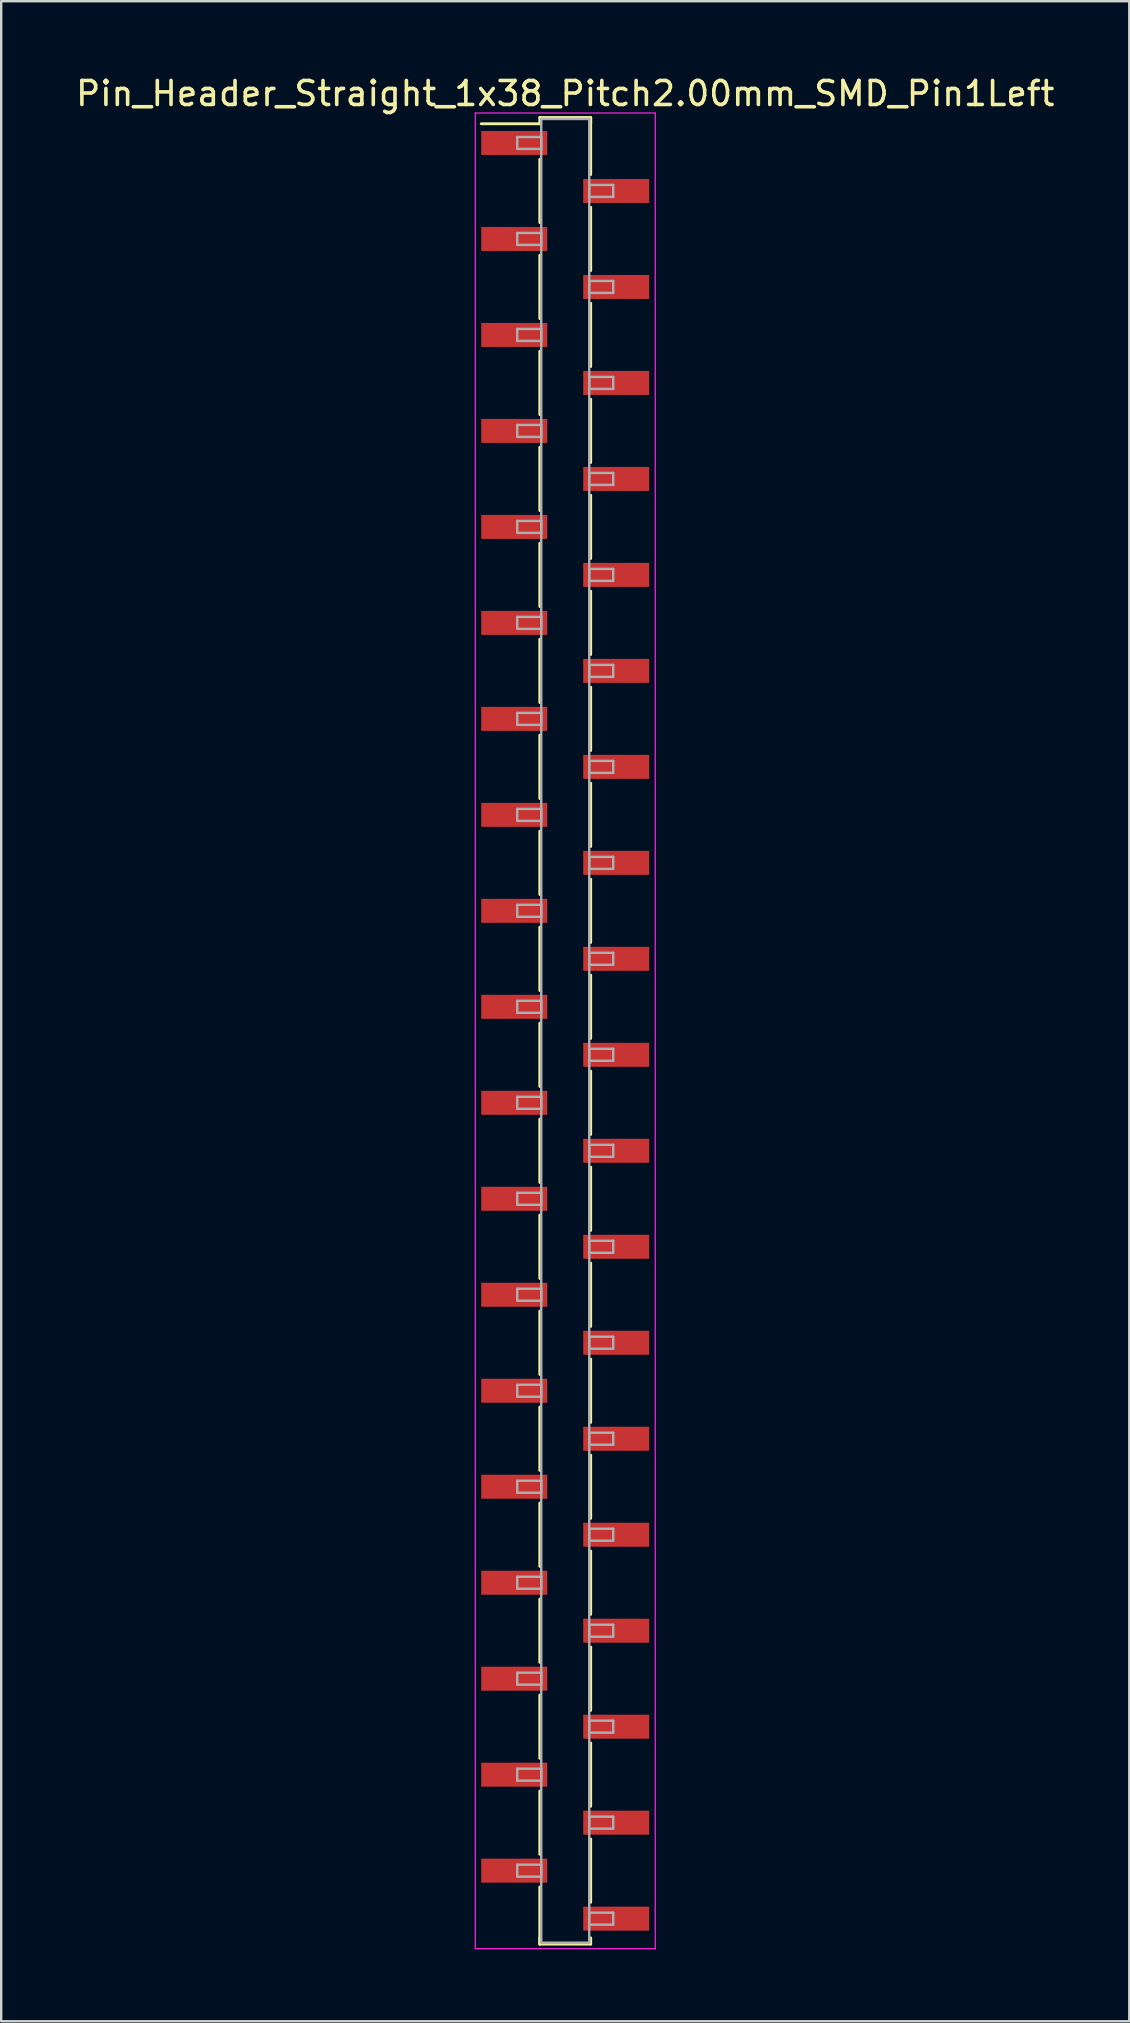
<source format=kicad_pcb>
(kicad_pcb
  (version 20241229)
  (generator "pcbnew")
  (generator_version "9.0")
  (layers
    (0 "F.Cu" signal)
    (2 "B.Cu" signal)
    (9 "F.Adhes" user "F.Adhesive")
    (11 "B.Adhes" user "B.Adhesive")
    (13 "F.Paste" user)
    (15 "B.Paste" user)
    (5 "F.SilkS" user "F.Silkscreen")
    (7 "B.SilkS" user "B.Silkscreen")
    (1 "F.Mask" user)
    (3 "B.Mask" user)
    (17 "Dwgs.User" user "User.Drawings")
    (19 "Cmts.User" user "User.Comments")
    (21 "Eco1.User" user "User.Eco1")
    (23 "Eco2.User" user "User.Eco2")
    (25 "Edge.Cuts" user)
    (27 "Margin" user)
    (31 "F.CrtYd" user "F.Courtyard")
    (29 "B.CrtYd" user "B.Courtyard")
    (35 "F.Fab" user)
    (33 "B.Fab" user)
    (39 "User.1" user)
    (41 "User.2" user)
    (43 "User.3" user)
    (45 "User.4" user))
  (footprint "Pin_Header_Straight_1x38_Pitch2.00mm_SMD_Pin1Left"
    (layer "F.Cu")
    (at 20.506 39.908)
    (property "Reference" "Pin_Header_Straight_1x38_Pitch2.00mm_SMD_Pin1Left" (at 0 -39.06 0) (layer "F.SilkS") (effects (font (size 1 1) (thickness 0.15))))
    (attr smd)
    (fp_line (start -1.06 -38.06) (end 1.06 -38.06) (stroke (width 0.12) (type solid)) (layer "F.SilkS"))
    (fp_line (start -1.06 -37.8) (end -3.5 -37.8) (stroke (width 0.12) (type solid)) (layer "F.SilkS"))
    (fp_line (start -1.06 -37.8) (end -1.06 -38.06) (stroke (width 0.12) (type solid)) (layer "F.SilkS"))
    (fp_line (start -1.06 -36.32) (end -1.06 -33.68) (stroke (width 0.12) (type solid)) (layer "F.SilkS"))
    (fp_line (start -1.06 -32.32) (end -1.06 -29.68) (stroke (width 0.12) (type solid)) (layer "F.SilkS"))
    (fp_line (start -1.06 -28.32) (end -1.06 -25.68) (stroke (width 0.12) (type solid)) (layer "F.SilkS"))
    (fp_line (start -1.06 -24.32) (end -1.06 -21.68) (stroke (width 0.12) (type solid)) (layer "F.SilkS"))
    (fp_line (start -1.06 -20.32) (end -1.06 -17.68) (stroke (width 0.12) (type solid)) (layer "F.SilkS"))
    (fp_line (start -1.06 -16.32) (end -1.06 -13.68) (stroke (width 0.12) (type solid)) (layer "F.SilkS"))
    (fp_line (start -1.06 -12.32) (end -1.06 -9.68) (stroke (width 0.12) (type solid)) (layer "F.SilkS"))
    (fp_line (start -1.06 -8.32) (end -1.06 -5.68) (stroke (width 0.12) (type solid)) (layer "F.SilkS"))
    (fp_line (start -1.06 -4.32) (end -1.06 -1.68) (stroke (width 0.12) (type solid)) (layer "F.SilkS"))
    (fp_line (start -1.06 -0.32) (end -1.06 2.32) (stroke (width 0.12) (type solid)) (layer "F.SilkS"))
    (fp_line (start -1.06 3.68) (end -1.06 6.32) (stroke (width 0.12) (type solid)) (layer "F.SilkS"))
    (fp_line (start -1.06 7.68) (end -1.06 10.32) (stroke (width 0.12) (type solid)) (layer "F.SilkS"))
    (fp_line (start -1.06 11.68) (end -1.06 14.32) (stroke (width 0.12) (type solid)) (layer "F.SilkS"))
    (fp_line (start -1.06 15.68) (end -1.06 18.32) (stroke (width 0.12) (type solid)) (layer "F.SilkS"))
    (fp_line (start -1.06 19.68) (end -1.06 22.32) (stroke (width 0.12) (type solid)) (layer "F.SilkS"))
    (fp_line (start -1.06 23.68) (end -1.06 26.32) (stroke (width 0.12) (type solid)) (layer "F.SilkS"))
    (fp_line (start -1.06 27.68) (end -1.06 30.32) (stroke (width 0.12) (type solid)) (layer "F.SilkS"))
    (fp_line (start -1.06 31.68) (end -1.06 34.32) (stroke (width 0.12) (type solid)) (layer "F.SilkS"))
    (fp_line (start -1.06 35.68) (end -1.06 38.06) (stroke (width 0.12) (type solid)) (layer "F.SilkS"))
    (fp_line (start -1.06 37.8) (end -1.06 38.06) (stroke (width 0.12) (type solid)) (layer "F.SilkS"))
    (fp_line (start -1.06 38.06) (end 1.06 38.06) (stroke (width 0.12) (type solid)) (layer "F.SilkS"))
    (fp_line (start 1.06 -38.06) (end 1.06 -37.8) (stroke (width 0.12) (type solid)) (layer "F.SilkS"))
    (fp_line (start 1.06 -38.06) (end 1.06 -35.68) (stroke (width 0.12) (type solid)) (layer "F.SilkS"))
    (fp_line (start 1.06 -34.32) (end 1.06 -31.68) (stroke (width 0.12) (type solid)) (layer "F.SilkS"))
    (fp_line (start 1.06 -30.32) (end 1.06 -27.68) (stroke (width 0.12) (type solid)) (layer "F.SilkS"))
    (fp_line (start 1.06 -26.32) (end 1.06 -23.68) (stroke (width 0.12) (type solid)) (layer "F.SilkS"))
    (fp_line (start 1.06 -22.32) (end 1.06 -19.68) (stroke (width 0.12) (type solid)) (layer "F.SilkS"))
    (fp_line (start 1.06 -18.32) (end 1.06 -15.68) (stroke (width 0.12) (type solid)) (layer "F.SilkS"))
    (fp_line (start 1.06 -14.32) (end 1.06 -11.68) (stroke (width 0.12) (type solid)) (layer "F.SilkS"))
    (fp_line (start 1.06 -10.32) (end 1.06 -7.68) (stroke (width 0.12) (type solid)) (layer "F.SilkS"))
    (fp_line (start 1.06 -6.32) (end 1.06 -3.68) (stroke (width 0.12) (type solid)) (layer "F.SilkS"))
    (fp_line (start 1.06 -2.32) (end 1.06 0.32) (stroke (width 0.12) (type solid)) (layer "F.SilkS"))
    (fp_line (start 1.06 1.68) (end 1.06 4.32) (stroke (width 0.12) (type solid)) (layer "F.SilkS"))
    (fp_line (start 1.06 5.68) (end 1.06 8.32) (stroke (width 0.12) (type solid)) (layer "F.SilkS"))
    (fp_line (start 1.06 9.68) (end 1.06 12.32) (stroke (width 0.12) (type solid)) (layer "F.SilkS"))
    (fp_line (start 1.06 13.68) (end 1.06 16.32) (stroke (width 0.12) (type solid)) (layer "F.SilkS"))
    (fp_line (start 1.06 17.68) (end 1.06 20.32) (stroke (width 0.12) (type solid)) (layer "F.SilkS"))
    (fp_line (start 1.06 21.68) (end 1.06 24.32) (stroke (width 0.12) (type solid)) (layer "F.SilkS"))
    (fp_line (start 1.06 25.68) (end 1.06 28.32) (stroke (width 0.12) (type solid)) (layer "F.SilkS"))
    (fp_line (start 1.06 29.68) (end 1.06 32.32) (stroke (width 0.12) (type solid)) (layer "F.SilkS"))
    (fp_line (start 1.06 33.68) (end 1.06 36.32) (stroke (width 0.12) (type solid)) (layer "F.SilkS"))
    (fp_line (start 1.06 38.06) (end 1.06 37.8) (stroke (width 0.12) (type solid)) (layer "F.SilkS"))
    (fp_line (start -3.75 -38.25) (end -3.75 38.25) (stroke (width 0.05) (type solid)) (layer "F.CrtYd"))
    (fp_line (start -3.75 38.25) (end 3.75 38.25) (stroke (width 0.05) (type solid)) (layer "F.CrtYd"))
    (fp_line (start 3.75 -38.25) (end -3.75 -38.25) (stroke (width 0.05) (type solid)) (layer "F.CrtYd"))
    (fp_line (start 3.75 38.25) (end 3.75 -38.25) (stroke (width 0.05) (type solid)) (layer "F.CrtYd"))
    (fp_line (start -2 -37.25) (end -1 -37.25) (stroke (width 0.1) (type solid)) (layer "F.Fab"))
    (fp_line (start -2 -36.75) (end -2 -37.25) (stroke (width 0.1) (type solid)) (layer "F.Fab"))
    (fp_line (start -2 -33.25) (end -1 -33.25) (stroke (width 0.1) (type solid)) (layer "F.Fab"))
    (fp_line (start -2 -32.75) (end -2 -33.25) (stroke (width 0.1) (type solid)) (layer "F.Fab"))
    (fp_line (start -2 -29.25) (end -1 -29.25) (stroke (width 0.1) (type solid)) (layer "F.Fab"))
    (fp_line (start -2 -28.75) (end -2 -29.25) (stroke (width 0.1) (type solid)) (layer "F.Fab"))
    (fp_line (start -2 -25.25) (end -1 -25.25) (stroke (width 0.1) (type solid)) (layer "F.Fab"))
    (fp_line (start -2 -24.75) (end -2 -25.25) (stroke (width 0.1) (type solid)) (layer "F.Fab"))
    (fp_line (start -2 -21.25) (end -1 -21.25) (stroke (width 0.1) (type solid)) (layer "F.Fab"))
    (fp_line (start -2 -20.75) (end -2 -21.25) (stroke (width 0.1) (type solid)) (layer "F.Fab"))
    (fp_line (start -2 -17.25) (end -1 -17.25) (stroke (width 0.1) (type solid)) (layer "F.Fab"))
    (fp_line (start -2 -16.75) (end -2 -17.25) (stroke (width 0.1) (type solid)) (layer "F.Fab"))
    (fp_line (start -2 -13.25) (end -1 -13.25) (stroke (width 0.1) (type solid)) (layer "F.Fab"))
    (fp_line (start -2 -12.75) (end -2 -13.25) (stroke (width 0.1) (type solid)) (layer "F.Fab"))
    (fp_line (start -2 -9.25) (end -1 -9.25) (stroke (width 0.1) (type solid)) (layer "F.Fab"))
    (fp_line (start -2 -8.75) (end -2 -9.25) (stroke (width 0.1) (type solid)) (layer "F.Fab"))
    (fp_line (start -2 -5.25) (end -1 -5.25) (stroke (width 0.1) (type solid)) (layer "F.Fab"))
    (fp_line (start -2 -4.75) (end -2 -5.25) (stroke (width 0.1) (type solid)) (layer "F.Fab"))
    (fp_line (start -2 -1.25) (end -1 -1.25) (stroke (width 0.1) (type solid)) (layer "F.Fab"))
    (fp_line (start -2 -0.75) (end -2 -1.25) (stroke (width 0.1) (type solid)) (layer "F.Fab"))
    (fp_line (start -2 2.75) (end -1 2.75) (stroke (width 0.1) (type solid)) (layer "F.Fab"))
    (fp_line (start -2 3.25) (end -2 2.75) (stroke (width 0.1) (type solid)) (layer "F.Fab"))
    (fp_line (start -2 6.75) (end -1 6.75) (stroke (width 0.1) (type solid)) (layer "F.Fab"))
    (fp_line (start -2 7.25) (end -2 6.75) (stroke (width 0.1) (type solid)) (layer "F.Fab"))
    (fp_line (start -2 10.75) (end -1 10.75) (stroke (width 0.1) (type solid)) (layer "F.Fab"))
    (fp_line (start -2 11.25) (end -2 10.75) (stroke (width 0.1) (type solid)) (layer "F.Fab"))
    (fp_line (start -2 14.75) (end -1 14.75) (stroke (width 0.1) (type solid)) (layer "F.Fab"))
    (fp_line (start -2 15.25) (end -2 14.75) (stroke (width 0.1) (type solid)) (layer "F.Fab"))
    (fp_line (start -2 18.75) (end -1 18.75) (stroke (width 0.1) (type solid)) (layer "F.Fab"))
    (fp_line (start -2 19.25) (end -2 18.75) (stroke (width 0.1) (type solid)) (layer "F.Fab"))
    (fp_line (start -2 22.75) (end -1 22.75) (stroke (width 0.1) (type solid)) (layer "F.Fab"))
    (fp_line (start -2 23.25) (end -2 22.75) (stroke (width 0.1) (type solid)) (layer "F.Fab"))
    (fp_line (start -2 26.75) (end -1 26.75) (stroke (width 0.1) (type solid)) (layer "F.Fab"))
    (fp_line (start -2 27.25) (end -2 26.75) (stroke (width 0.1) (type solid)) (layer "F.Fab"))
    (fp_line (start -2 30.75) (end -1 30.75) (stroke (width 0.1) (type solid)) (layer "F.Fab"))
    (fp_line (start -2 31.25) (end -2 30.75) (stroke (width 0.1) (type solid)) (layer "F.Fab"))
    (fp_line (start -2 34.75) (end -1 34.75) (stroke (width 0.1) (type solid)) (layer "F.Fab"))
    (fp_line (start -2 35.25) (end -2 34.75) (stroke (width 0.1) (type solid)) (layer "F.Fab"))
    (fp_line (start -1 -38) (end -1 38) (stroke (width 0.1) (type solid)) (layer "F.Fab"))
    (fp_line (start -1 -37.25) (end -1 -36.75) (stroke (width 0.1) (type solid)) (layer "F.Fab"))
    (fp_line (start -1 -36.75) (end -2 -36.75) (stroke (width 0.1) (type solid)) (layer "F.Fab"))
    (fp_line (start -1 -33.25) (end -1 -32.75) (stroke (width 0.1) (type solid)) (layer "F.Fab"))
    (fp_line (start -1 -32.75) (end -2 -32.75) (stroke (width 0.1) (type solid)) (layer "F.Fab"))
    (fp_line (start -1 -29.25) (end -1 -28.75) (stroke (width 0.1) (type solid)) (layer "F.Fab"))
    (fp_line (start -1 -28.75) (end -2 -28.75) (stroke (width 0.1) (type solid)) (layer "F.Fab"))
    (fp_line (start -1 -25.25) (end -1 -24.75) (stroke (width 0.1) (type solid)) (layer "F.Fab"))
    (fp_line (start -1 -24.75) (end -2 -24.75) (stroke (width 0.1) (type solid)) (layer "F.Fab"))
    (fp_line (start -1 -21.25) (end -1 -20.75) (stroke (width 0.1) (type solid)) (layer "F.Fab"))
    (fp_line (start -1 -20.75) (end -2 -20.75) (stroke (width 0.1) (type solid)) (layer "F.Fab"))
    (fp_line (start -1 -17.25) (end -1 -16.75) (stroke (width 0.1) (type solid)) (layer "F.Fab"))
    (fp_line (start -1 -16.75) (end -2 -16.75) (stroke (width 0.1) (type solid)) (layer "F.Fab"))
    (fp_line (start -1 -13.25) (end -1 -12.75) (stroke (width 0.1) (type solid)) (layer "F.Fab"))
    (fp_line (start -1 -12.75) (end -2 -12.75) (stroke (width 0.1) (type solid)) (layer "F.Fab"))
    (fp_line (start -1 -9.25) (end -1 -8.75) (stroke (width 0.1) (type solid)) (layer "F.Fab"))
    (fp_line (start -1 -8.75) (end -2 -8.75) (stroke (width 0.1) (type solid)) (layer "F.Fab"))
    (fp_line (start -1 -5.25) (end -1 -4.75) (stroke (width 0.1) (type solid)) (layer "F.Fab"))
    (fp_line (start -1 -4.75) (end -2 -4.75) (stroke (width 0.1) (type solid)) (layer "F.Fab"))
    (fp_line (start -1 -1.25) (end -1 -0.75) (stroke (width 0.1) (type solid)) (layer "F.Fab"))
    (fp_line (start -1 -0.75) (end -2 -0.75) (stroke (width 0.1) (type solid)) (layer "F.Fab"))
    (fp_line (start -1 2.75) (end -1 3.25) (stroke (width 0.1) (type solid)) (layer "F.Fab"))
    (fp_line (start -1 3.25) (end -2 3.25) (stroke (width 0.1) (type solid)) (layer "F.Fab"))
    (fp_line (start -1 6.75) (end -1 7.25) (stroke (width 0.1) (type solid)) (layer "F.Fab"))
    (fp_line (start -1 7.25) (end -2 7.25) (stroke (width 0.1) (type solid)) (layer "F.Fab"))
    (fp_line (start -1 10.75) (end -1 11.25) (stroke (width 0.1) (type solid)) (layer "F.Fab"))
    (fp_line (start -1 11.25) (end -2 11.25) (stroke (width 0.1) (type solid)) (layer "F.Fab"))
    (fp_line (start -1 14.75) (end -1 15.25) (stroke (width 0.1) (type solid)) (layer "F.Fab"))
    (fp_line (start -1 15.25) (end -2 15.25) (stroke (width 0.1) (type solid)) (layer "F.Fab"))
    (fp_line (start -1 18.75) (end -1 19.25) (stroke (width 0.1) (type solid)) (layer "F.Fab"))
    (fp_line (start -1 19.25) (end -2 19.25) (stroke (width 0.1) (type solid)) (layer "F.Fab"))
    (fp_line (start -1 22.75) (end -1 23.25) (stroke (width 0.1) (type solid)) (layer "F.Fab"))
    (fp_line (start -1 23.25) (end -2 23.25) (stroke (width 0.1) (type solid)) (layer "F.Fab"))
    (fp_line (start -1 26.75) (end -1 27.25) (stroke (width 0.1) (type solid)) (layer "F.Fab"))
    (fp_line (start -1 27.25) (end -2 27.25) (stroke (width 0.1) (type solid)) (layer "F.Fab"))
    (fp_line (start -1 30.75) (end -1 31.25) (stroke (width 0.1) (type solid)) (layer "F.Fab"))
    (fp_line (start -1 31.25) (end -2 31.25) (stroke (width 0.1) (type solid)) (layer "F.Fab"))
    (fp_line (start -1 34.75) (end -1 35.25) (stroke (width 0.1) (type solid)) (layer "F.Fab"))
    (fp_line (start -1 35.25) (end -2 35.25) (stroke (width 0.1) (type solid)) (layer "F.Fab"))
    (fp_line (start -1 38) (end 1 38) (stroke (width 0.1) (type solid)) (layer "F.Fab"))
    (fp_line (start 1 -38) (end -1 -38) (stroke (width 0.1) (type solid)) (layer "F.Fab"))
    (fp_line (start 1 -35.25) (end 1 -34.75) (stroke (width 0.1) (type solid)) (layer "F.Fab"))
    (fp_line (start 1 -34.75) (end 2 -34.75) (stroke (width 0.1) (type solid)) (layer "F.Fab"))
    (fp_line (start 1 -31.25) (end 1 -30.75) (stroke (width 0.1) (type solid)) (layer "F.Fab"))
    (fp_line (start 1 -30.75) (end 2 -30.75) (stroke (width 0.1) (type solid)) (layer "F.Fab"))
    (fp_line (start 1 -27.25) (end 1 -26.75) (stroke (width 0.1) (type solid)) (layer "F.Fab"))
    (fp_line (start 1 -26.75) (end 2 -26.75) (stroke (width 0.1) (type solid)) (layer "F.Fab"))
    (fp_line (start 1 -23.25) (end 1 -22.75) (stroke (width 0.1) (type solid)) (layer "F.Fab"))
    (fp_line (start 1 -22.75) (end 2 -22.75) (stroke (width 0.1) (type solid)) (layer "F.Fab"))
    (fp_line (start 1 -19.25) (end 1 -18.75) (stroke (width 0.1) (type solid)) (layer "F.Fab"))
    (fp_line (start 1 -18.75) (end 2 -18.75) (stroke (width 0.1) (type solid)) (layer "F.Fab"))
    (fp_line (start 1 -15.25) (end 1 -14.75) (stroke (width 0.1) (type solid)) (layer "F.Fab"))
    (fp_line (start 1 -14.75) (end 2 -14.75) (stroke (width 0.1) (type solid)) (layer "F.Fab"))
    (fp_line (start 1 -11.25) (end 1 -10.75) (stroke (width 0.1) (type solid)) (layer "F.Fab"))
    (fp_line (start 1 -10.75) (end 2 -10.75) (stroke (width 0.1) (type solid)) (layer "F.Fab"))
    (fp_line (start 1 -7.25) (end 1 -6.75) (stroke (width 0.1) (type solid)) (layer "F.Fab"))
    (fp_line (start 1 -6.75) (end 2 -6.75) (stroke (width 0.1) (type solid)) (layer "F.Fab"))
    (fp_line (start 1 -3.25) (end 1 -2.75) (stroke (width 0.1) (type solid)) (layer "F.Fab"))
    (fp_line (start 1 -2.75) (end 2 -2.75) (stroke (width 0.1) (type solid)) (layer "F.Fab"))
    (fp_line (start 1 0.75) (end 1 1.25) (stroke (width 0.1) (type solid)) (layer "F.Fab"))
    (fp_line (start 1 1.25) (end 2 1.25) (stroke (width 0.1) (type solid)) (layer "F.Fab"))
    (fp_line (start 1 4.75) (end 1 5.25) (stroke (width 0.1) (type solid)) (layer "F.Fab"))
    (fp_line (start 1 5.25) (end 2 5.25) (stroke (width 0.1) (type solid)) (layer "F.Fab"))
    (fp_line (start 1 8.75) (end 1 9.25) (stroke (width 0.1) (type solid)) (layer "F.Fab"))
    (fp_line (start 1 9.25) (end 2 9.25) (stroke (width 0.1) (type solid)) (layer "F.Fab"))
    (fp_line (start 1 12.75) (end 1 13.25) (stroke (width 0.1) (type solid)) (layer "F.Fab"))
    (fp_line (start 1 13.25) (end 2 13.25) (stroke (width 0.1) (type solid)) (layer "F.Fab"))
    (fp_line (start 1 16.75) (end 1 17.25) (stroke (width 0.1) (type solid)) (layer "F.Fab"))
    (fp_line (start 1 17.25) (end 2 17.25) (stroke (width 0.1) (type solid)) (layer "F.Fab"))
    (fp_line (start 1 20.75) (end 1 21.25) (stroke (width 0.1) (type solid)) (layer "F.Fab"))
    (fp_line (start 1 21.25) (end 2 21.25) (stroke (width 0.1) (type solid)) (layer "F.Fab"))
    (fp_line (start 1 24.75) (end 1 25.25) (stroke (width 0.1) (type solid)) (layer "F.Fab"))
    (fp_line (start 1 25.25) (end 2 25.25) (stroke (width 0.1) (type solid)) (layer "F.Fab"))
    (fp_line (start 1 28.75) (end 1 29.25) (stroke (width 0.1) (type solid)) (layer "F.Fab"))
    (fp_line (start 1 29.25) (end 2 29.25) (stroke (width 0.1) (type solid)) (layer "F.Fab"))
    (fp_line (start 1 32.75) (end 1 33.25) (stroke (width 0.1) (type solid)) (layer "F.Fab"))
    (fp_line (start 1 33.25) (end 2 33.25) (stroke (width 0.1) (type solid)) (layer "F.Fab"))
    (fp_line (start 1 36.75) (end 1 37.25) (stroke (width 0.1) (type solid)) (layer "F.Fab"))
    (fp_line (start 1 37.25) (end 2 37.25) (stroke (width 0.1) (type solid)) (layer "F.Fab"))
    (fp_line (start 1 38) (end 1 -38) (stroke (width 0.1) (type solid)) (layer "F.Fab"))
    (fp_line (start 2 -35.25) (end 1 -35.25) (stroke (width 0.1) (type solid)) (layer "F.Fab"))
    (fp_line (start 2 -34.75) (end 2 -35.25) (stroke (width 0.1) (type solid)) (layer "F.Fab"))
    (fp_line (start 2 -31.25) (end 1 -31.25) (stroke (width 0.1) (type solid)) (layer "F.Fab"))
    (fp_line (start 2 -30.75) (end 2 -31.25) (stroke (width 0.1) (type solid)) (layer "F.Fab"))
    (fp_line (start 2 -27.25) (end 1 -27.25) (stroke (width 0.1) (type solid)) (layer "F.Fab"))
    (fp_line (start 2 -26.75) (end 2 -27.25) (stroke (width 0.1) (type solid)) (layer "F.Fab"))
    (fp_line (start 2 -23.25) (end 1 -23.25) (stroke (width 0.1) (type solid)) (layer "F.Fab"))
    (fp_line (start 2 -22.75) (end 2 -23.25) (stroke (width 0.1) (type solid)) (layer "F.Fab"))
    (fp_line (start 2 -19.25) (end 1 -19.25) (stroke (width 0.1) (type solid)) (layer "F.Fab"))
    (fp_line (start 2 -18.75) (end 2 -19.25) (stroke (width 0.1) (type solid)) (layer "F.Fab"))
    (fp_line (start 2 -15.25) (end 1 -15.25) (stroke (width 0.1) (type solid)) (layer "F.Fab"))
    (fp_line (start 2 -14.75) (end 2 -15.25) (stroke (width 0.1) (type solid)) (layer "F.Fab"))
    (fp_line (start 2 -11.25) (end 1 -11.25) (stroke (width 0.1) (type solid)) (layer "F.Fab"))
    (fp_line (start 2 -10.75) (end 2 -11.25) (stroke (width 0.1) (type solid)) (layer "F.Fab"))
    (fp_line (start 2 -7.25) (end 1 -7.25) (stroke (width 0.1) (type solid)) (layer "F.Fab"))
    (fp_line (start 2 -6.75) (end 2 -7.25) (stroke (width 0.1) (type solid)) (layer "F.Fab"))
    (fp_line (start 2 -3.25) (end 1 -3.25) (stroke (width 0.1) (type solid)) (layer "F.Fab"))
    (fp_line (start 2 -2.75) (end 2 -3.25) (stroke (width 0.1) (type solid)) (layer "F.Fab"))
    (fp_line (start 2 0.75) (end 1 0.75) (stroke (width 0.1) (type solid)) (layer "F.Fab"))
    (fp_line (start 2 1.25) (end 2 0.75) (stroke (width 0.1) (type solid)) (layer "F.Fab"))
    (fp_line (start 2 4.75) (end 1 4.75) (stroke (width 0.1) (type solid)) (layer "F.Fab"))
    (fp_line (start 2 5.25) (end 2 4.75) (stroke (width 0.1) (type solid)) (layer "F.Fab"))
    (fp_line (start 2 8.75) (end 1 8.75) (stroke (width 0.1) (type solid)) (layer "F.Fab"))
    (fp_line (start 2 9.25) (end 2 8.75) (stroke (width 0.1) (type solid)) (layer "F.Fab"))
    (fp_line (start 2 12.75) (end 1 12.75) (stroke (width 0.1) (type solid)) (layer "F.Fab"))
    (fp_line (start 2 13.25) (end 2 12.75) (stroke (width 0.1) (type solid)) (layer "F.Fab"))
    (fp_line (start 2 16.75) (end 1 16.75) (stroke (width 0.1) (type solid)) (layer "F.Fab"))
    (fp_line (start 2 17.25) (end 2 16.75) (stroke (width 0.1) (type solid)) (layer "F.Fab"))
    (fp_line (start 2 20.75) (end 1 20.75) (stroke (width 0.1) (type solid)) (layer "F.Fab"))
    (fp_line (start 2 21.25) (end 2 20.75) (stroke (width 0.1) (type solid)) (layer "F.Fab"))
    (fp_line (start 2 24.75) (end 1 24.75) (stroke (width 0.1) (type solid)) (layer "F.Fab"))
    (fp_line (start 2 25.25) (end 2 24.75) (stroke (width 0.1) (type solid)) (layer "F.Fab"))
    (fp_line (start 2 28.75) (end 1 28.75) (stroke (width 0.1) (type solid)) (layer "F.Fab"))
    (fp_line (start 2 29.25) (end 2 28.75) (stroke (width 0.1) (type solid)) (layer "F.Fab"))
    (fp_line (start 2 32.75) (end 1 32.75) (stroke (width 0.1) (type solid)) (layer "F.Fab"))
    (fp_line (start 2 33.25) (end 2 32.75) (stroke (width 0.1) (type solid)) (layer "F.Fab"))
    (fp_line (start 2 36.75) (end 1 36.75) (stroke (width 0.1) (type solid)) (layer "F.Fab"))
    (fp_line (start 2 37.25) (end 2 36.75) (stroke (width 0.1) (type solid)) (layer "F.Fab"))
    (pad "1" smd rect (at -2.125 -37) (size 2.75 1) (layers "F.Cu" "F.Mask"))
    (pad "2" smd rect (at 2.125 -35) (size 2.75 1) (layers "F.Cu" "F.Mask"))
    (pad "3" smd rect (at -2.125 -33) (size 2.75 1) (layers "F.Cu" "F.Mask"))
    (pad "4" smd rect (at 2.125 -31) (size 2.75 1) (layers "F.Cu" "F.Mask"))
    (pad "5" smd rect (at -2.125 -29) (size 2.75 1) (layers "F.Cu" "F.Mask"))
    (pad "6" smd rect (at 2.125 -27) (size 2.75 1) (layers "F.Cu" "F.Mask"))
    (pad "7" smd rect (at -2.125 -25) (size 2.75 1) (layers "F.Cu" "F.Mask"))
    (pad "8" smd rect (at 2.125 -23) (size 2.75 1) (layers "F.Cu" "F.Mask"))
    (pad "9" smd rect (at -2.125 -21) (size 2.75 1) (layers "F.Cu" "F.Mask"))
    (pad "10" smd rect (at 2.125 -19) (size 2.75 1) (layers "F.Cu" "F.Mask"))
    (pad "11" smd rect (at -2.125 -17) (size 2.75 1) (layers "F.Cu" "F.Mask"))
    (pad "12" smd rect (at 2.125 -15) (size 2.75 1) (layers "F.Cu" "F.Mask"))
    (pad "13" smd rect (at -2.125 -13) (size 2.75 1) (layers "F.Cu" "F.Mask"))
    (pad "14" smd rect (at 2.125 -11) (size 2.75 1) (layers "F.Cu" "F.Mask"))
    (pad "15" smd rect (at -2.125 -9) (size 2.75 1) (layers "F.Cu" "F.Mask"))
    (pad "16" smd rect (at 2.125 -7) (size 2.75 1) (layers "F.Cu" "F.Mask"))
    (pad "17" smd rect (at -2.125 -5) (size 2.75 1) (layers "F.Cu" "F.Mask"))
    (pad "18" smd rect (at 2.125 -3) (size 2.75 1) (layers "F.Cu" "F.Mask"))
    (pad "19" smd rect (at -2.125 -1) (size 2.75 1) (layers "F.Cu" "F.Mask"))
    (pad "20" smd rect (at 2.125 1) (size 2.75 1) (layers "F.Cu" "F.Mask"))
    (pad "21" smd rect (at -2.125 3) (size 2.75 1) (layers "F.Cu" "F.Mask"))
    (pad "22" smd rect (at 2.125 5) (size 2.75 1) (layers "F.Cu" "F.Mask"))
    (pad "23" smd rect (at -2.125 7) (size 2.75 1) (layers "F.Cu" "F.Mask"))
    (pad "24" smd rect (at 2.125 9) (size 2.75 1) (layers "F.Cu" "F.Mask"))
    (pad "25" smd rect (at -2.125 11) (size 2.75 1) (layers "F.Cu" "F.Mask"))
    (pad "26" smd rect (at 2.125 13) (size 2.75 1) (layers "F.Cu" "F.Mask"))
    (pad "27" smd rect (at -2.125 15) (size 2.75 1) (layers "F.Cu" "F.Mask"))
    (pad "28" smd rect (at 2.125 17) (size 2.75 1) (layers "F.Cu" "F.Mask"))
    (pad "29" smd rect (at -2.125 19) (size 2.75 1) (layers "F.Cu" "F.Mask"))
    (pad "30" smd rect (at 2.125 21) (size 2.75 1) (layers "F.Cu" "F.Mask"))
    (pad "31" smd rect (at -2.125 23) (size 2.75 1) (layers "F.Cu" "F.Mask"))
    (pad "32" smd rect (at 2.125 25) (size 2.75 1) (layers "F.Cu" "F.Mask"))
    (pad "33" smd rect (at -2.125 27) (size 2.75 1) (layers "F.Cu" "F.Mask"))
    (pad "34" smd rect (at 2.125 29) (size 2.75 1) (layers "F.Cu" "F.Mask"))
    (pad "35" smd rect (at -2.125 31) (size 2.75 1) (layers "F.Cu" "F.Mask"))
    (pad "36" smd rect (at 2.125 33) (size 2.75 1) (layers "F.Cu" "F.Mask"))
    (pad "37" smd rect (at -2.125 35) (size 2.75 1) (layers "F.Cu" "F.Mask"))
    (pad "38" smd rect (at 2.125 37) (size 2.75 1) (layers "F.Cu" "F.Mask")))
  (gr_rect
    (start -3 -3)
    (end 44.012 81.183)
    (stroke (width 0.1) (type default))
    (fill no)
    (layer "Edge.Cuts")))
</source>
